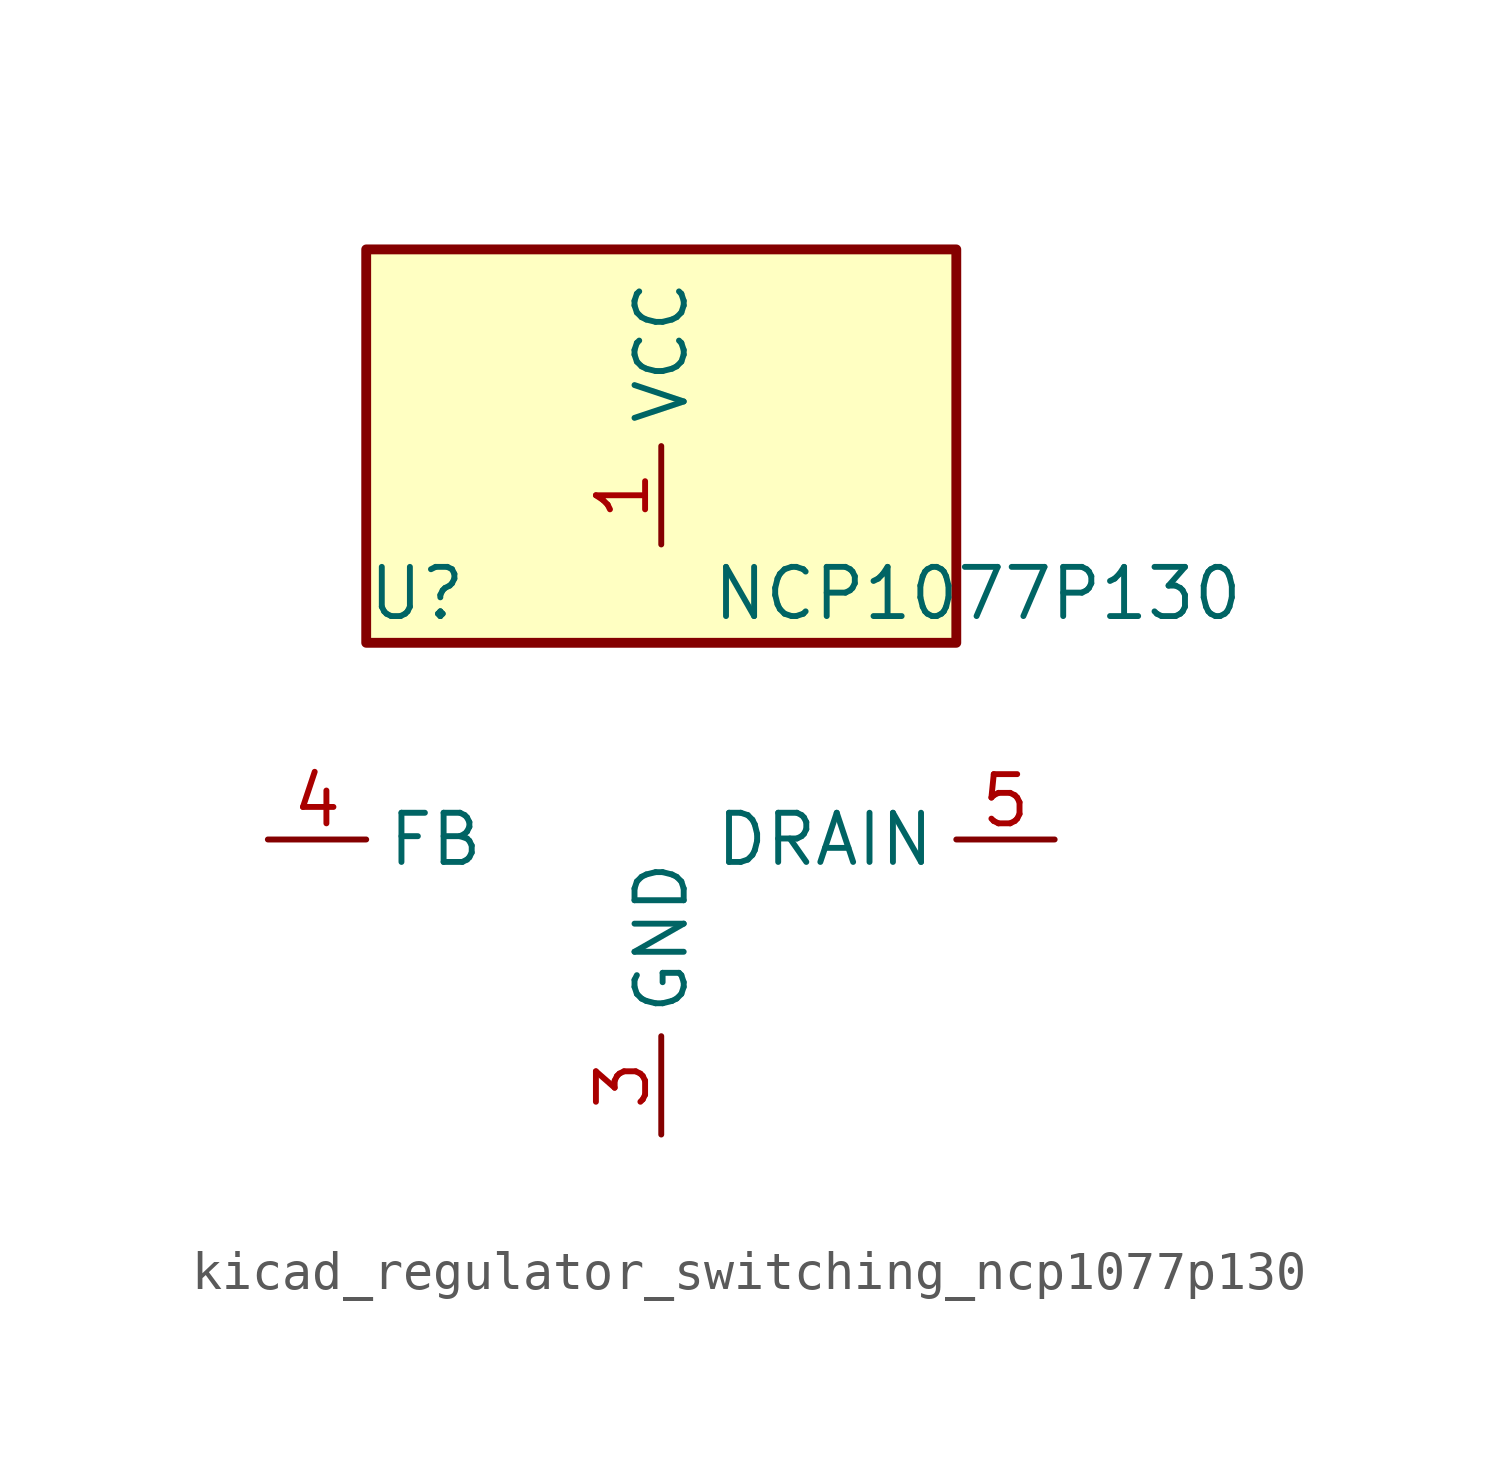
<source format=kicad_sym>
(kicad_symbol_lib
  (version 20220914)
  (generator kicad_symbol_editor)
  (symbol "kicad_regulator_switching_ncp1077p130"
    (property "Reference" "U"
      (at -7.62 6.35 0)
      (effects (font (size 1.27 1.27)) (justify left)))
    (property "Value" "NCP1077P130"
      (at 1.27 6.35 0)
      (effects (font (size 1.27 1.27)) (justify left)))
    (symbol "kicad_regulator_switching_ncp1077p130_0_1"
      (rectangle (start 7.62 15.24) (end -7.62 5.08) (stroke (width 0.254) (type default)) (fill (type background))))
    (symbol "kicad_regulator_switching_ncp1077p130_1_1"
      (pin power_in line (at 0 7.62 90) (length 2.54) (name "VCC" (effects (font (size 1.27 1.27)))) (number "1" (effects (font (size 1.27 1.27)))))
      (pin no_connect line (at -7.62 2.54 0) (length 2.54) hide (name "NC" (effects (font (size 1.27 1.27)))) (number "2" (effects (font (size 1.27 1.27)))))
      (pin power_in line (at 0 -7.62 90) (length 2.54) (name "GND" (effects (font (size 1.27 1.27)))) (number "3" (effects (font (size 1.27 1.27)))))
      (pin input line (at -10.16 0 0) (length 2.54) (name "FB" (effects (font (size 1.27 1.27)))) (number "4" (effects (font (size 1.27 1.27)))))
      (pin open_collector line (at 10.16 0 180) (length 2.54) (name "DRAIN" (effects (font (size 1.27 1.27)))) (number "5" (effects (font (size 1.27 1.27)))))
      (pin passive line (at 0 -7.62 90) (length 2.54) hide (name "GND" (effects (font (size 1.27 1.27)))) (number "7" (effects (font (size 1.27 1.27)))))
      (pin passive line (at 0 -7.62 90) (length 2.54) hide (name "GND" (effects (font (size 1.27 1.27)))) (number "8" (effects (font (size 1.27 1.27))))))))
</source>
